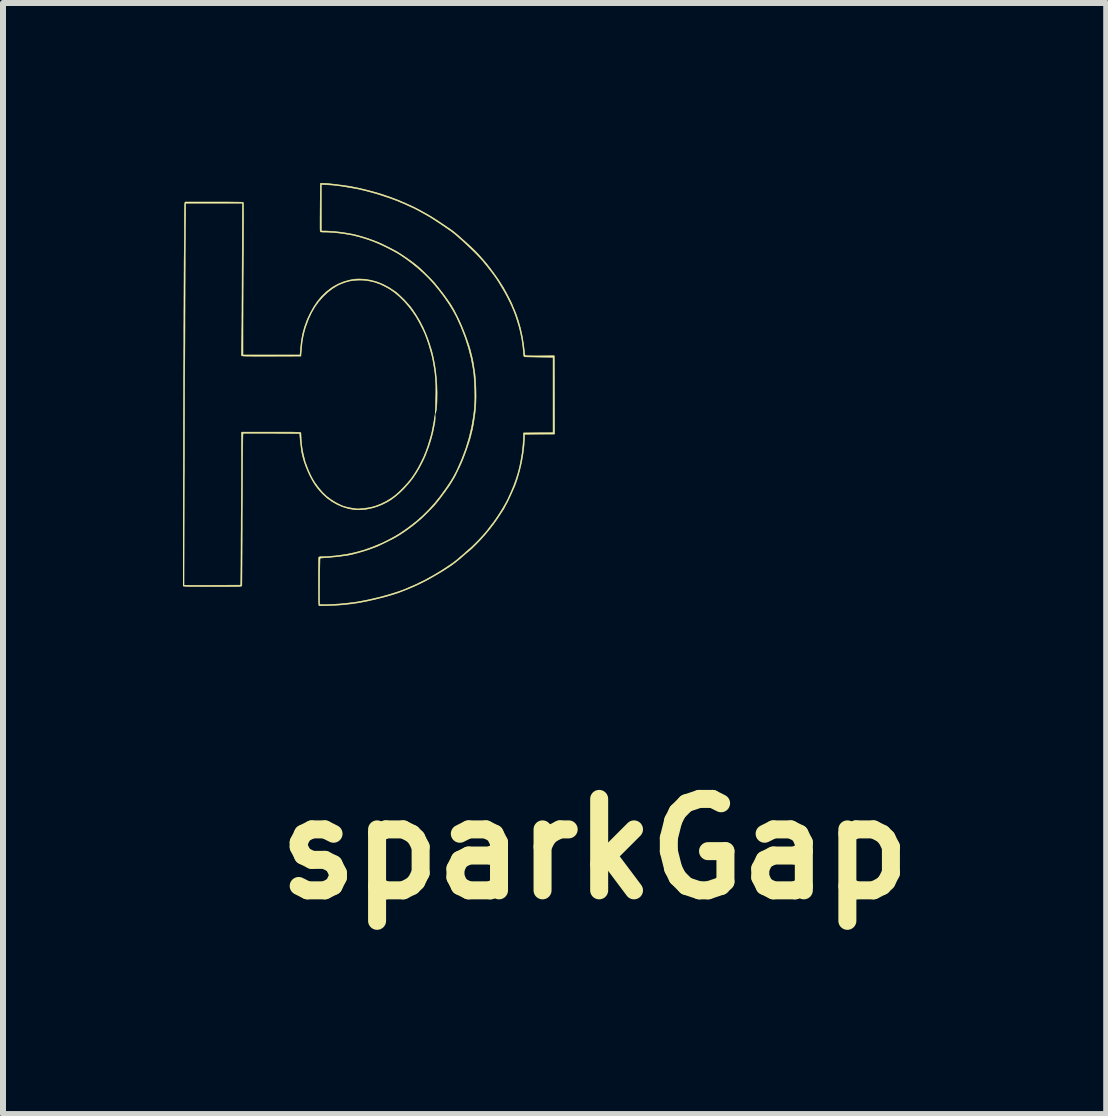
<source format=kicad_pcb>
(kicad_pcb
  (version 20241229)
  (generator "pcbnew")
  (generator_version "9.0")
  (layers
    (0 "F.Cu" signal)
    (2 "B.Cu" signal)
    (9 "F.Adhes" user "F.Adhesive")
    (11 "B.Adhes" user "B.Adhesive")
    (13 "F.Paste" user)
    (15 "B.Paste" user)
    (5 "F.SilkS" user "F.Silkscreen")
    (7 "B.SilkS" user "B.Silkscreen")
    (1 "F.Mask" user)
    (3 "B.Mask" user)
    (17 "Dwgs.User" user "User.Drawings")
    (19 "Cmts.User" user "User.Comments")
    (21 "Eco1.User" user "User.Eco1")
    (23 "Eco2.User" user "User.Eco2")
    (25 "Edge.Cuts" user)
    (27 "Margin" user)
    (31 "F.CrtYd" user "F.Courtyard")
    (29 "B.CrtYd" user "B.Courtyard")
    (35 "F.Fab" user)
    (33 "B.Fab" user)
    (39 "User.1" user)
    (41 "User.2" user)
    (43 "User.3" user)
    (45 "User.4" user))
  (footprint "sparkGap"
    (layer "F.Cu")
    (at 3.053 3.479)
    (property "Reference" "sparkGap" (at 3.81 7.62 0) (layer "F.SilkS") (effects (font (size 1.524 1.524) (thickness 0.3))))
    (attr through_hole)
    (fp_poly (pts (xy -2.539 -3.162) (xy -2.461 -3.162) (xy -2.387 -3.162) (xy -2.317 -3.162) (xy -2.254 -3.161) (xy -2.198 -3.16) (xy -2.149 -3.16) (xy -2.109 -3.159) (xy -2.079 -3.158) (xy -2.059 -3.157) (xy -2.052 -3.157) (xy -2.052 -3.157) (xy -2.05 -3.154) (xy -2.049 -3.149) (xy -2.048 -3.14) (xy -2.048 -3.126) (xy -2.047 -3.108) (xy -2.046 -3.084) (xy -2.046 -3.054) (xy -2.046 -3.018) (xy -2.045 -2.974) (xy -2.045 -2.922) (xy -2.045 -2.862) (xy -2.046 -2.793) (xy -2.046 -2.714) (xy -2.046 -2.626) (xy -2.047 -2.526) (xy -2.047 -2.415) (xy -2.048 -2.293) (xy -2.049 -2.241) (xy -2.049 -2.127) (xy -2.05 -2.011) (xy -2.051 -1.896) (xy -2.051 -1.781) (xy -2.052 -1.669) (xy -2.052 -1.56) (xy -2.053 -1.456) (xy -2.053 -1.357) (xy -2.053 -1.264) (xy -2.054 -1.18) (xy -2.054 -1.104) (xy -2.054 -1.039) (xy -2.054 -0.985) (xy -2.054 -0.972) (xy -2.054 -0.613) (xy -1.102 -0.613) (xy -1.1 -0.635) (xy -1.093 -0.728) (xy -1.084 -0.815) (xy -1.072 -0.893) (xy -1.059 -0.961) (xy -1.045 -1.016) (xy -1.038 -1.039) (xy -1.032 -1.061) (xy -1.029 -1.07) (xy -1.024 -1.088) (xy -1.016 -1.11) (xy -1.013 -1.118) (xy -1.005 -1.141) (xy -0.995 -1.168) (xy -0.99 -1.181) (xy -0.983 -1.2) (xy -0.971 -1.226) (xy -0.956 -1.258) (xy -0.94 -1.291) (xy -0.936 -1.301) (xy -0.877 -1.408) (xy -0.812 -1.505) (xy -0.74 -1.591) (xy -0.662 -1.666) (xy -0.578 -1.73) (xy -0.539 -1.755) (xy -0.456 -1.799) (xy -0.37 -1.834) (xy -0.283 -1.859) (xy -0.198 -1.875) (xy -0.124 -1.879) (xy -0.019 -1.874) (xy 0.082 -1.857) (xy 0.182 -1.829) (xy 0.281 -1.789) (xy 0.379 -1.737) (xy 0.477 -1.673) (xy 0.489 -1.664) (xy 0.521 -1.639) (xy 0.558 -1.605) (xy 0.599 -1.566) (xy 0.641 -1.524) (xy 0.681 -1.48) (xy 0.718 -1.438) (xy 0.75 -1.399) (xy 0.757 -1.39) (xy 0.825 -1.29) (xy 0.89 -1.182) (xy 0.949 -1.068) (xy 0.999 -0.952) (xy 1.014 -0.914) (xy 1.035 -0.857) (xy 1.055 -0.798) (xy 1.073 -0.74) (xy 1.09 -0.686) (xy 1.102 -0.639) (xy 1.106 -0.622) (xy 1.112 -0.598) (xy 1.117 -0.573) (xy 1.118 -0.568) (xy 1.139 -0.464) (xy 1.156 -0.351) (xy 1.169 -0.233) (xy 1.177 -0.112) (xy 1.181 0.007) (xy 1.181 0.031) (xy 1.18 0.114) (xy 1.178 0.185) (xy 1.174 0.245) (xy 1.169 0.293) (xy 1.163 0.329) (xy 1.158 0.344) (xy 1.149 0.371) (xy 1.153 0.333) (xy 1.154 0.318) (xy 1.155 0.291) (xy 1.156 0.256) (xy 1.157 0.213) (xy 1.158 0.165) (xy 1.159 0.114) (xy 1.16 0.083) (xy 1.161 -0.005) (xy 1.161 -0.082) (xy 1.159 -0.152) (xy 1.155 -0.216) (xy 1.15 -0.277) (xy 1.143 -0.337) (xy 1.134 -0.399) (xy 1.127 -0.438) (xy 1.122 -0.47) (xy 1.116 -0.505) (xy 1.111 -0.53) (xy 1.105 -0.564) (xy 1.097 -0.597) (xy 1.087 -0.635) (xy 1.076 -0.673) (xy 1.065 -0.711) (xy 1.057 -0.74) (xy 1.05 -0.765) (xy 1.049 -0.77) (xy 1.043 -0.787) (xy 1.035 -0.813) (xy 1.024 -0.845) (xy 1.012 -0.879) (xy 1 -0.911) (xy 0.989 -0.94) (xy 0.985 -0.953) (xy 0.971 -0.985) (xy 0.952 -1.026) (xy 0.929 -1.072) (xy 0.905 -1.12) (xy 0.88 -1.167) (xy 0.856 -1.209) (xy 0.836 -1.245) (xy 0.775 -1.336) (xy 0.708 -1.424) (xy 0.636 -1.506) (xy 0.561 -1.581) (xy 0.484 -1.647) (xy 0.412 -1.699) (xy 0.39 -1.713) (xy 0.362 -1.729) (xy 0.331 -1.746) (xy 0.3 -1.762) (xy 0.269 -1.778) (xy 0.243 -1.79) (xy 0.223 -1.799) (xy 0.211 -1.803) (xy 0.21 -1.803) (xy 0.197 -1.806) (xy 0.184 -1.812) (xy 0.167 -1.819) (xy 0.14 -1.827) (xy 0.108 -1.835) (xy 0.073 -1.843) (xy 0.038 -1.85) (xy 0.015 -1.854) (xy -0.03 -1.859) (xy -0.08 -1.861) (xy -0.133 -1.861) (xy -0.184 -1.858) (xy -0.23 -1.854) (xy -0.265 -1.848) (xy -0.306 -1.838) (xy -0.338 -1.829) (xy -0.365 -1.82) (xy -0.384 -1.813) (xy -0.404 -1.805) (xy -0.425 -1.797) (xy -0.425 -1.797) (xy -0.444 -1.789) (xy -0.467 -1.778) (xy -0.483 -1.77) (xy -0.567 -1.718) (xy -0.648 -1.655) (xy -0.724 -1.582) (xy -0.795 -1.501) (xy -0.858 -1.412) (xy -0.913 -1.318) (xy -0.96 -1.218) (xy -0.977 -1.172) (xy -0.987 -1.144) (xy -0.997 -1.118) (xy -1.004 -1.098) (xy -1.006 -1.092) (xy -1.015 -1.068) (xy -1.024 -1.034) (xy -1.035 -0.995) (xy -1.045 -0.953) (xy -1.054 -0.911) (xy -1.061 -0.873) (xy -1.066 -0.842) (xy -1.067 -0.838) (xy -1.07 -0.808) (xy -1.074 -0.77) (xy -1.078 -0.729) (xy -1.081 -0.689) (xy -1.082 -0.686) (xy -1.089 -0.594) (xy -1.568 -0.593) (xy -1.657 -0.593) (xy -1.738 -0.593) (xy -1.813 -0.593) (xy -1.878 -0.593) (xy -1.936 -0.594) (xy -1.983 -0.594) (xy -2.02 -0.595) (xy -2.046 -0.596) (xy -2.06 -0.597) (xy -2.063 -0.598) (xy -2.078 -0.604) (xy -2.074 -0.878) (xy -2.074 -0.916) (xy -2.073 -0.966) (xy -2.073 -1.027) (xy -2.072 -1.098) (xy -2.071 -1.178) (xy -2.071 -1.265) (xy -2.07 -1.36) (xy -2.07 -1.46) (xy -2.069 -1.566) (xy -2.068 -1.676) (xy -2.068 -1.789) (xy -2.067 -1.904) (xy -2.067 -2.02) (xy -2.066 -2.137) (xy -2.066 -2.148) (xy -2.062 -3.143) (xy -3.01 -3.143) (xy -3.01 -2.986) (xy -3.01 -2.939) (xy -3.011 -2.894) (xy -3.011 -2.852) (xy -3.012 -2.816) (xy -3.013 -2.789) (xy -3.013 -2.778) (xy -3.013 -2.766) (xy -3.014 -2.743) (xy -3.014 -2.708) (xy -3.014 -2.662) (xy -3.015 -2.606) (xy -3.015 -2.541) (xy -3.016 -2.468) (xy -3.016 -2.386) (xy -3.017 -2.297) (xy -3.017 -2.202) (xy -3.017 -2.101) (xy -3.018 -1.995) (xy -3.018 -1.884) (xy -3.019 -1.77) (xy -3.019 -1.652) (xy -3.019 -1.622) (xy -3.02 -1.503) (xy -3.02 -1.385) (xy -3.021 -1.271) (xy -3.021 -1.16) (xy -3.021 -1.053) (xy -3.022 -0.951) (xy -3.022 -0.856) (xy -3.023 -0.767) (xy -3.023 -0.685) (xy -3.024 -0.612) (xy -3.024 -0.547) (xy -3.025 -0.492) (xy -3.025 -0.448) (xy -3.025 -0.414) (xy -3.026 -0.392) (xy -3.026 -0.391) (xy -3.026 -0.373) (xy -3.026 -0.344) (xy -3.026 -0.303) (xy -3.027 -0.251) (xy -3.027 -0.189) (xy -3.027 -0.116) (xy -3.028 -0.035) (xy -3.028 0.056) (xy -3.029 0.154) (xy -3.029 0.26) (xy -3.029 0.373) (xy -3.03 0.493) (xy -3.03 0.619) (xy -3.031 0.75) (xy -3.031 0.886) (xy -3.031 1.026) (xy -3.032 1.169) (xy -3.032 1.316) (xy -3.033 1.466) (xy -3.033 1.481) (xy -3.037 3.226) (xy -2.876 3.227) (xy -2.834 3.227) (xy -2.785 3.227) (xy -2.731 3.227) (xy -2.672 3.227) (xy -2.61 3.227) (xy -2.547 3.226) (xy -2.483 3.226) (xy -2.42 3.226) (xy -2.358 3.226) (xy -2.3 3.225) (xy -2.247 3.225) (xy -2.199 3.225) (xy -2.159 3.224) (xy -2.127 3.224) (xy -2.104 3.224) (xy -2.092 3.223) (xy -2.091 3.223) (xy -2.091 3.217) (xy -2.09 3.199) (xy -2.09 3.169) (xy -2.089 3.13) (xy -2.089 3.082) (xy -2.088 3.026) (xy -2.088 2.963) (xy -2.087 2.894) (xy -2.087 2.819) (xy -2.086 2.739) (xy -2.086 2.676) (xy -2.085 2.581) (xy -2.085 2.48) (xy -2.084 2.375) (xy -2.083 2.269) (xy -2.083 2.163) (xy -2.082 2.059) (xy -2.081 1.961) (xy -2.081 1.869) (xy -2.08 1.785) (xy -2.08 1.724) (xy -2.079 1.641) (xy -2.078 1.551) (xy -2.078 1.457) (xy -2.078 1.363) (xy -2.077 1.27) (xy -2.077 1.18) (xy -2.077 1.098) (xy -2.077 1.024) (xy -2.077 0.995) (xy -2.076 0.673) (xy -1.589 0.673) (xy -1.493 0.673) (xy -1.409 0.673) (xy -1.337 0.674) (xy -1.276 0.674) (xy -1.225 0.674) (xy -1.183 0.675) (xy -1.15 0.676) (xy -1.125 0.677) (xy -1.108 0.678) (xy -1.097 0.679) (xy -1.093 0.681) (xy -1.089 0.691) (xy -1.087 0.713) (xy -1.086 0.742) (xy -1.083 0.808) (xy -1.077 0.88) (xy -1.066 0.955) (xy -1.052 1.028) (xy -1.04 1.079) (xy -1.032 1.11) (xy -1.025 1.137) (xy -1.02 1.158) (xy -1.018 1.168) (xy -1.013 1.183) (xy -1.01 1.191) (xy -1.005 1.2) (xy -0.999 1.217) (xy -0.991 1.238) (xy -0.971 1.293) (xy -0.946 1.35) (xy -0.919 1.407) (xy -0.89 1.46) (xy -0.862 1.507) (xy -0.841 1.537) (xy -0.827 1.556) (xy -0.808 1.58) (xy -0.789 1.606) (xy -0.786 1.61) (xy -0.729 1.677) (xy -0.662 1.741) (xy -0.586 1.799) (xy -0.505 1.849) (xy -0.422 1.891) (xy -0.391 1.904) (xy -0.353 1.916) (xy -0.307 1.927) (xy -0.254 1.938) (xy -0.199 1.947) (xy -0.156 1.952) (xy -0.137 1.952) (xy -0.108 1.951) (xy -0.074 1.948) (xy -0.035 1.944) (xy 0.004 1.939) (xy 0.04 1.934) (xy 0.071 1.928) (xy 0.079 1.927) (xy 0.161 1.904) (xy 0.246 1.871) (xy 0.331 1.829) (xy 0.413 1.779) (xy 0.473 1.736) (xy 0.493 1.72) (xy 0.519 1.697) (xy 0.549 1.669) (xy 0.579 1.64) (xy 0.595 1.624) (xy 0.649 1.568) (xy 0.696 1.516) (xy 0.738 1.466) (xy 0.776 1.414) (xy 0.813 1.359) (xy 0.851 1.296) (xy 0.857 1.286) (xy 0.871 1.262) (xy 0.887 1.232) (xy 0.904 1.198) (xy 0.922 1.163) (xy 0.939 1.128) (xy 0.954 1.097) (xy 0.966 1.07) (xy 0.973 1.052) (xy 0.975 1.048) (xy 0.98 1.033) (xy 0.984 1.026) (xy 0.99 1.014) (xy 0.992 1.006) (xy 0.996 0.995) (xy 1.003 0.975) (xy 1.012 0.95) (xy 1.016 0.94) (xy 1.025 0.914) (xy 1.036 0.88) (xy 1.048 0.841) (xy 1.06 0.8) (xy 1.072 0.761) (xy 1.082 0.726) (xy 1.089 0.698) (xy 1.092 0.686) (xy 1.097 0.665) (xy 1.103 0.634) (xy 1.11 0.597) (xy 1.118 0.557) (xy 1.126 0.516) (xy 1.128 0.505) (xy 1.133 0.474) (xy 1.139 0.443) (xy 1.142 0.417) (xy 1.143 0.416) (xy 1.148 0.378) (xy 1.149 0.43) (xy 1.148 0.459) (xy 1.146 0.488) (xy 1.144 0.511) (xy 1.143 0.512) (xy 1.14 0.531) (xy 1.134 0.559) (xy 1.128 0.59) (xy 1.123 0.616) (xy 1.113 0.665) (xy 1.099 0.721) (xy 1.083 0.781) (xy 1.065 0.84) (xy 1.048 0.894) (xy 1.042 0.911) (xy 1.023 0.962) (xy 1.008 1.003) (xy 0.995 1.036) (xy 0.984 1.066) (xy 0.972 1.092) (xy 0.96 1.12) (xy 0.945 1.15) (xy 0.944 1.153) (xy 0.889 1.259) (xy 0.833 1.354) (xy 0.774 1.442) (xy 0.709 1.524) (xy 0.638 1.603) (xy 0.614 1.628) (xy 0.547 1.692) (xy 0.483 1.746) (xy 0.42 1.793) (xy 0.354 1.834) (xy 0.283 1.87) (xy 0.273 1.875) (xy 0.183 1.912) (xy 0.09 1.939) (xy -0.003 1.958) (xy -0.095 1.966) (xy -0.182 1.965) (xy -0.203 1.963) (xy -0.297 1.946) (xy -0.391 1.917) (xy -0.482 1.878) (xy -0.569 1.829) (xy -0.65 1.771) (xy -0.715 1.712) (xy -0.768 1.656) (xy -0.814 1.601) (xy -0.855 1.544) (xy -0.893 1.482) (xy -0.931 1.411) (xy -0.933 1.407) (xy -0.971 1.326) (xy -1.006 1.242) (xy -1.035 1.159) (xy -1.058 1.079) (xy -1.074 1.007) (xy -1.078 0.982) (xy -1.082 0.948) (xy -1.087 0.91) (xy -1.092 0.869) (xy -1.097 0.829) (xy -1.1 0.792) (xy -1.103 0.761) (xy -1.105 0.738) (xy -1.105 0.732) (xy -1.106 0.713) (xy -1.108 0.7) (xy -1.11 0.696) (xy -1.117 0.696) (xy -1.135 0.695) (xy -1.164 0.695) (xy -1.202 0.694) (xy -1.248 0.694) (xy -1.3 0.693) (xy -1.357 0.693) (xy -1.419 0.692) (xy -1.484 0.692) (xy -1.551 0.691) (xy -1.618 0.691) (xy -1.684 0.691) (xy -1.749 0.691) (xy -1.81 0.691) (xy -1.868 0.691) (xy -1.919 0.691) (xy -1.964 0.691) (xy -2.002 0.691) (xy -2.03 0.691) (xy -2.047 0.692) (xy -2.053 0.692) (xy -2.054 0.7) (xy -2.055 0.72) (xy -2.056 0.752) (xy -2.057 0.797) (xy -2.058 0.855) (xy -2.059 0.925) (xy -2.06 1.008) (xy -2.061 1.104) (xy -2.062 1.211) (xy -2.062 1.331) (xy -2.063 1.464) (xy -2.064 1.609) (xy -2.065 1.766) (xy -2.066 1.935) (xy -2.067 2.117) (xy -2.067 2.283) (xy -2.068 2.391) (xy -2.068 2.496) (xy -2.069 2.597) (xy -2.069 2.693) (xy -2.07 2.784) (xy -2.07 2.868) (xy -2.071 2.946) (xy -2.071 3.015) (xy -2.072 3.077) (xy -2.072 3.129) (xy -2.073 3.172) (xy -2.073 3.204) (xy -2.074 3.225) (xy -2.074 3.233) (xy -2.074 3.234) (xy -2.075 3.236) (xy -2.078 3.238) (xy -2.083 3.239) (xy -2.092 3.24) (xy -2.104 3.242) (xy -2.122 3.242) (xy -2.145 3.243) (xy -2.175 3.244) (xy -2.213 3.244) (xy -2.259 3.244) (xy -2.313 3.245) (xy -2.378 3.245) (xy -2.454 3.245) (xy -2.542 3.245) (xy -2.563 3.245) (xy -2.656 3.245) (xy -2.738 3.245) (xy -2.808 3.244) (xy -2.867 3.244) (xy -2.917 3.244) (xy -2.958 3.243) (xy -2.99 3.242) (xy -3.014 3.241) (xy -3.031 3.24) (xy -3.042 3.239) (xy -3.048 3.238) (xy -3.048 3.237) (xy -3.048 3.228) (xy -3.048 3.207) (xy -3.048 3.175) (xy -3.048 3.133) (xy -3.048 3.081) (xy -3.048 3.019) (xy -3.048 2.949) (xy -3.048 2.871) (xy -3.048 2.787) (xy -3.048 2.696) (xy -3.048 2.6) (xy -3.048 2.498) (xy -3.048 2.393) (xy -3.048 2.284) (xy -3.048 2.173) (xy -3.047 2.059) (xy -3.047 1.945) (xy -3.047 1.829) (xy -3.047 1.714) (xy -3.047 1.6) (xy -3.047 1.488) (xy -3.046 1.377) (xy -3.046 1.27) (xy -3.046 1.167) (xy -3.046 1.068) (xy -3.046 0.974) (xy -3.046 0.886) (xy -3.046 0.805) (xy -3.045 0.731) (xy -3.045 0.665) (xy -3.045 0.607) (xy -3.045 0.56) (xy -3.045 0.522) (xy -3.045 0.495) (xy -3.045 0.483) (xy -3.044 0.459) (xy -3.044 0.424) (xy -3.044 0.377) (xy -3.044 0.32) (xy -3.043 0.253) (xy -3.043 0.177) (xy -3.043 0.092) (xy -3.042 -0.000028) (xy -3.042 -0.099) (xy -3.042 -0.205) (xy -3.041 -0.317) (xy -3.041 -0.433) (xy -3.04 -0.553) (xy -3.04 -0.677) (xy -3.039 -0.804) (xy -3.039 -0.933) (xy -3.039 -0.965) (xy -3.039 -1.093) (xy -3.038 -1.217) (xy -3.038 -1.338) (xy -3.037 -1.455) (xy -3.037 -1.567) (xy -3.036 -1.674) (xy -3.036 -1.774) (xy -3.035 -1.868) (xy -3.035 -1.955) (xy -3.034 -2.033) (xy -3.034 -2.103) (xy -3.034 -2.164) (xy -3.033 -2.215) (xy -3.033 -2.255) (xy -3.032 -2.284) (xy -3.032 -2.302) (xy -3.032 -2.305) (xy -3.032 -2.322) (xy -3.031 -2.351) (xy -3.031 -2.39) (xy -3.03 -2.437) (xy -3.03 -2.492) (xy -3.029 -2.553) (xy -3.029 -2.618) (xy -3.029 -2.687) (xy -3.029 -2.748) (xy -3.029 -2.824) (xy -3.028 -2.894) (xy -3.028 -2.958) (xy -3.027 -3.014) (xy -3.026 -3.061) (xy -3.025 -3.099) (xy -3.024 -3.126) (xy -3.023 -3.143) (xy -3.023 -3.146) (xy -3.017 -3.162) (xy -2.539 -3.162)) (stroke (width 0.01) (type solid)) (fill yes) (layer "F.SilkS"))
    (fp_poly (pts (xy -0.715 -3.473) (xy -0.685 -3.472) (xy -0.652 -3.47) (xy -0.618 -3.467) (xy -0.588 -3.464) (xy -0.501 -3.454) (xy -0.425 -3.444) (xy -0.357 -3.435) (xy -0.294 -3.426) (xy -0.234 -3.415) (xy -0.176 -3.404) (xy -0.116 -3.391) (xy -0.053 -3.376) (xy 0.016 -3.359) (xy 0.093 -3.339) (xy 0.168 -3.318) (xy 0.204 -3.308) (xy 0.248 -3.294) (xy 0.297 -3.278) (xy 0.349 -3.26) (xy 0.402 -3.242) (xy 0.452 -3.223) (xy 0.498 -3.206) (xy 0.537 -3.191) (xy 0.567 -3.178) (xy 0.573 -3.176) (xy 0.594 -3.166) (xy 0.61 -3.159) (xy 0.618 -3.156) (xy 0.619 -3.156) (xy 0.626 -3.153) (xy 0.642 -3.147) (xy 0.663 -3.137) (xy 0.669 -3.134) (xy 0.697 -3.121) (xy 0.731 -3.106) (xy 0.763 -3.091) (xy 0.768 -3.089) (xy 0.798 -3.075) (xy 0.837 -3.055) (xy 0.882 -3.031) (xy 0.932 -3.004) (xy 0.985 -2.975) (xy 1.038 -2.945) (xy 1.056 -2.934) (xy 1.078 -2.921) (xy 1.108 -2.902) (xy 1.145 -2.879) (xy 1.187 -2.852) (xy 1.231 -2.822) (xy 1.276 -2.792) (xy 1.32 -2.763) (xy 1.361 -2.735) (xy 1.398 -2.71) (xy 1.427 -2.689) (xy 1.432 -2.686) (xy 1.445 -2.676) (xy 1.458 -2.666) (xy 1.472 -2.655) (xy 1.488 -2.642) (xy 1.507 -2.626) (xy 1.53 -2.606) (xy 1.559 -2.581) (xy 1.594 -2.549) (xy 1.638 -2.511) (xy 1.654 -2.496) (xy 1.713 -2.443) (xy 1.764 -2.395) (xy 1.811 -2.35) (xy 1.856 -2.304) (xy 1.9 -2.255) (xy 1.947 -2.202) (xy 1.999 -2.141) (xy 2.023 -2.111) (xy 2.052 -2.074) (xy 2.084 -2.031) (xy 2.118 -1.986) (xy 2.15 -1.941) (xy 2.18 -1.899) (xy 2.205 -1.863) (xy 2.211 -1.853) (xy 2.236 -1.814) (xy 2.258 -1.78) (xy 2.276 -1.751) (xy 2.29 -1.729) (xy 2.297 -1.716) (xy 2.299 -1.712) (xy 2.302 -1.706) (xy 2.31 -1.691) (xy 2.321 -1.671) (xy 2.328 -1.66) (xy 2.338 -1.641) (xy 2.352 -1.616) (xy 2.367 -1.586) (xy 2.383 -1.555) (xy 2.399 -1.523) (xy 2.414 -1.493) (xy 2.426 -1.468) (xy 2.434 -1.449) (xy 2.438 -1.439) (xy 2.438 -1.438) (xy 2.441 -1.431) (xy 2.447 -1.415) (xy 2.454 -1.4) (xy 2.497 -1.296) (xy 2.535 -1.184) (xy 2.569 -1.064) (xy 2.597 -0.939) (xy 2.619 -0.812) (xy 2.635 -0.685) (xy 2.635 -0.677) (xy 2.639 -0.644) (xy 2.643 -0.62) (xy 2.647 -0.605) (xy 2.65 -0.602) (xy 2.657 -0.601) (xy 2.677 -0.6) (xy 2.706 -0.599) (xy 2.743 -0.599) (xy 2.787 -0.598) (xy 2.837 -0.598) (xy 2.891 -0.598) (xy 2.896 -0.598) (xy 3.134 -0.6) (xy 3.136 0.052) (xy 3.138 0.705) (xy 2.888 0.706) (xy 2.638 0.708) (xy 2.637 0.765) (xy 2.63 0.897) (xy 2.613 1.034) (xy 2.589 1.174) (xy 2.556 1.314) (xy 2.517 1.451) (xy 2.489 1.534) (xy 2.477 1.565) (xy 2.46 1.605) (xy 2.44 1.65) (xy 2.418 1.699) (xy 2.396 1.747) (xy 2.374 1.793) (xy 2.355 1.834) (xy 2.338 1.865) (xy 2.336 1.869) (xy 2.322 1.895) (xy 2.31 1.917) (xy 2.302 1.933) (xy 2.299 1.94) (xy 2.299 1.94) (xy 2.295 1.947) (xy 2.288 1.96) (xy 2.287 1.961) (xy 2.279 1.972) (xy 2.266 1.992) (xy 2.249 2.017) (xy 2.231 2.045) (xy 2.227 2.051) (xy 2.196 2.098) (xy 2.169 2.138) (xy 2.144 2.173) (xy 2.12 2.206) (xy 2.095 2.238) (xy 2.068 2.274) (xy 2.035 2.314) (xy 1.998 2.359) (xy 1.973 2.389) (xy 1.942 2.423) (xy 1.909 2.46) (xy 1.874 2.497) (xy 1.839 2.533) (xy 1.805 2.567) (xy 1.775 2.597) (xy 1.75 2.62) (xy 1.732 2.636) (xy 1.73 2.638) (xy 1.715 2.649) (xy 1.694 2.667) (xy 1.668 2.689) (xy 1.641 2.713) (xy 1.631 2.721) (xy 1.577 2.768) (xy 1.527 2.81) (xy 1.481 2.846) (xy 1.435 2.881) (xy 1.386 2.915) (xy 1.333 2.949) (xy 1.274 2.987) (xy 1.224 3.017) (xy 1.132 3.071) (xy 1.046 3.12) (xy 0.962 3.165) (xy 0.878 3.206) (xy 0.791 3.246) (xy 0.699 3.285) (xy 0.598 3.325) (xy 0.543 3.346) (xy 0.523 3.353) (xy 0.494 3.363) (xy 0.458 3.374) (xy 0.419 3.386) (xy 0.379 3.398) (xy 0.341 3.409) (xy 0.308 3.418) (xy 0.305 3.419) (xy 0.154 3.457) (xy 0.012 3.489) (xy -0.123 3.515) (xy -0.252 3.534) (xy -0.379 3.548) (xy -0.479 3.556) (xy -0.525 3.558) (xy -0.573 3.56) (xy -0.619 3.562) (xy -0.664 3.564) (xy -0.704 3.565) (xy -0.738 3.565) (xy -0.765 3.565) (xy -0.782 3.564) (xy -0.786 3.564) (xy -0.788 3.56) (xy -0.789 3.549) (xy -0.791 3.53) (xy -0.791 3.503) (xy -0.792 3.467) (xy -0.793 3.421) (xy -0.793 3.415) (xy -0.779 3.415) (xy -0.779 3.459) (xy -0.779 3.495) (xy -0.779 3.522) (xy -0.778 3.539) (xy -0.777 3.544) (xy -0.77 3.546) (xy -0.751 3.548) (xy -0.723 3.549) (xy -0.687 3.549) (xy -0.646 3.548) (xy -0.6 3.546) (xy -0.552 3.544) (xy -0.503 3.541) (xy -0.456 3.538) (xy -0.41 3.534) (xy -0.41 3.534) (xy -0.331 3.526) (xy -0.26 3.518) (xy -0.194 3.51) (xy -0.13 3.5) (xy -0.065 3.488) (xy 0.002 3.475) (xy 0.075 3.459) (xy 0.156 3.44) (xy 0.21 3.428) (xy 0.263 3.414) (xy 0.321 3.398) (xy 0.382 3.381) (xy 0.443 3.362) (xy 0.503 3.343) (xy 0.56 3.324) (xy 0.61 3.306) (xy 0.653 3.289) (xy 0.683 3.277) (xy 0.693 3.272) (xy 0.712 3.263) (xy 0.738 3.252) (xy 0.769 3.239) (xy 0.778 3.235) (xy 0.809 3.222) (xy 0.836 3.209) (xy 0.858 3.199) (xy 0.871 3.193) (xy 0.873 3.191) (xy 0.885 3.185) (xy 0.905 3.175) (xy 0.927 3.165) (xy 0.954 3.152) (xy 0.982 3.138) (xy 1 3.128) (xy 1.022 3.116) (xy 1.05 3.1) (xy 1.076 3.086) (xy 1.12 3.062) (xy 1.169 3.033) (xy 1.22 3.002) (xy 1.273 2.969) (xy 1.325 2.935) (xy 1.376 2.901) (xy 1.422 2.87) (xy 1.462 2.841) (xy 1.495 2.816) (xy 1.519 2.796) (xy 1.521 2.795) (xy 1.542 2.776) (xy 1.565 2.756) (xy 1.575 2.748) (xy 1.594 2.733) (xy 1.612 2.717) (xy 1.62 2.711) (xy 1.629 2.702) (xy 1.647 2.686) (xy 1.67 2.665) (xy 1.698 2.641) (xy 1.728 2.615) (xy 1.729 2.614) (xy 1.768 2.579) (xy 1.811 2.537) (xy 1.856 2.492) (xy 1.902 2.444) (xy 1.946 2.396) (xy 1.987 2.349) (xy 2.022 2.307) (xy 2.05 2.27) (xy 2.057 2.261) (xy 2.069 2.244) (xy 2.086 2.223) (xy 2.103 2.201) (xy 2.104 2.2) (xy 2.133 2.162) (xy 2.166 2.114) (xy 2.202 2.061) (xy 2.239 2.003) (xy 2.275 1.945) (xy 2.308 1.888) (xy 2.338 1.835) (xy 2.362 1.788) (xy 2.367 1.777) (xy 2.418 1.664) (xy 2.462 1.558) (xy 2.498 1.458) (xy 2.529 1.361) (xy 2.554 1.266) (xy 2.574 1.169) (xy 2.584 1.111) (xy 2.589 1.082) (xy 2.594 1.054) (xy 2.598 1.032) (xy 2.601 1.011) (xy 2.605 0.981) (xy 2.608 0.944) (xy 2.612 0.902) (xy 2.616 0.859) (xy 2.619 0.816) (xy 2.621 0.778) (xy 2.622 0.747) (xy 2.623 0.732) (xy 2.623 0.686) (xy 2.869 0.684) (xy 3.115 0.683) (xy 3.115 -0.575) (xy 2.875 -0.578) (xy 2.822 -0.579) (xy 2.772 -0.58) (xy 2.727 -0.581) (xy 2.69 -0.582) (xy 2.66 -0.583) (xy 2.641 -0.584) (xy 2.632 -0.585) (xy 2.632 -0.585) (xy 2.629 -0.594) (xy 2.626 -0.61) (xy 2.625 -0.614) (xy 2.624 -0.63) (xy 2.622 -0.655) (xy 2.619 -0.686) (xy 2.616 -0.714) (xy 2.609 -0.775) (xy 2.601 -0.835) (xy 2.592 -0.89) (xy 2.585 -0.924) (xy 2.58 -0.945) (xy 2.575 -0.971) (xy 2.572 -0.987) (xy 2.564 -1.02) (xy 2.554 -1.062) (xy 2.541 -1.109) (xy 2.526 -1.158) (xy 2.511 -1.207) (xy 2.496 -1.252) (xy 2.483 -1.289) (xy 2.482 -1.292) (xy 2.452 -1.369) (xy 2.421 -1.441) (xy 2.387 -1.512) (xy 2.351 -1.583) (xy 2.311 -1.657) (xy 2.264 -1.737) (xy 2.213 -1.822) (xy 2.18 -1.873) (xy 2.139 -1.932) (xy 2.092 -1.995) (xy 2.039 -2.063) (xy 1.984 -2.132) (xy 1.943 -2.182) (xy 1.912 -2.217) (xy 1.873 -2.259) (xy 1.829 -2.305) (xy 1.779 -2.354) (xy 1.727 -2.404) (xy 1.673 -2.455) (xy 1.619 -2.505) (xy 1.567 -2.552) (xy 1.518 -2.595) (xy 1.474 -2.632) (xy 1.436 -2.663) (xy 1.419 -2.675) (xy 1.396 -2.691) (xy 1.366 -2.712) (xy 1.331 -2.736) (xy 1.291 -2.763) (xy 1.25 -2.791) (xy 1.208 -2.819) (xy 1.168 -2.845) (xy 1.131 -2.87) (xy 1.098 -2.89) (xy 1.073 -2.907) (xy 1.056 -2.917) (xy 1.054 -2.918) (xy 0.986 -2.957) (xy 0.925 -2.991) (xy 0.873 -3.02) (xy 0.829 -3.043) (xy 0.795 -3.06) (xy 0.772 -3.071) (xy 0.75 -3.08) (xy 0.723 -3.092) (xy 0.695 -3.105) (xy 0.691 -3.107) (xy 0.662 -3.121) (xy 0.63 -3.135) (xy 0.604 -3.146) (xy 0.602 -3.147) (xy 0.576 -3.157) (xy 0.551 -3.168) (xy 0.535 -3.175) (xy 0.518 -3.183) (xy 0.507 -3.187) (xy 0.504 -3.188) (xy 0.496 -3.19) (xy 0.482 -3.196) (xy 0.48 -3.197) (xy 0.458 -3.205) (xy 0.426 -3.217) (xy 0.386 -3.231) (xy 0.341 -3.246) (xy 0.293 -3.262) (xy 0.244 -3.278) (xy 0.197 -3.293) (xy 0.154 -3.306) (xy 0.117 -3.316) (xy 0.114 -3.317) (xy 0.09 -3.324) (xy 0.06 -3.332) (xy 0.032 -3.339) (xy 0.001 -3.348) (xy -0.034 -3.356) (xy -0.071 -3.365) (xy -0.106 -3.373) (xy -0.136 -3.38) (xy -0.159 -3.385) (xy -0.168 -3.387) (xy -0.187 -3.39) (xy -0.214 -3.394) (xy -0.248 -3.4) (xy -0.285 -3.406) (xy -0.323 -3.413) (xy -0.357 -3.419) (xy -0.359 -3.419) (xy -0.395 -3.425) (xy -0.437 -3.431) (xy -0.487 -3.437) (xy -0.548 -3.444) (xy -0.556 -3.445) (xy -0.575 -3.446) (xy -0.602 -3.448) (xy -0.635 -3.45) (xy -0.668 -3.452) (xy -0.749 -3.456) (xy -0.749 -2.68) (xy -0.729 -2.679) (xy -0.66 -2.678) (xy -0.586 -2.673) (xy -0.511 -2.668) (xy -0.439 -2.66) (xy -0.373 -2.651) (xy -0.33 -2.644) (xy -0.301 -2.639) (xy -0.271 -2.634) (xy -0.248 -2.629) (xy -0.244 -2.629) (xy -0.189 -2.617) (xy -0.125 -2.6) (xy -0.055 -2.58) (xy 0.018 -2.557) (xy 0.091 -2.531) (xy 0.161 -2.505) (xy 0.2 -2.489) (xy 0.23 -2.476) (xy 0.267 -2.459) (xy 0.309 -2.439) (xy 0.353 -2.417) (xy 0.397 -2.395) (xy 0.439 -2.373) (xy 0.477 -2.353) (xy 0.507 -2.337) (xy 0.527 -2.325) (xy 0.62 -2.265) (xy 0.704 -2.207) (xy 0.781 -2.151) (xy 0.852 -2.095) (xy 0.857 -2.09) (xy 0.883 -2.068) (xy 0.915 -2.038) (xy 0.951 -2.004) (xy 0.989 -1.967) (xy 1.028 -1.928) (xy 1.066 -1.89) (xy 1.1 -1.854) (xy 1.129 -1.823) (xy 1.15 -1.799) (xy 1.152 -1.797) (xy 1.168 -1.776) (xy 1.183 -1.758) (xy 1.198 -1.739) (xy 1.214 -1.719) (xy 1.233 -1.695) (xy 1.256 -1.665) (xy 1.285 -1.628) (xy 1.296 -1.613) (xy 1.312 -1.591) (xy 1.331 -1.565) (xy 1.351 -1.536) (xy 1.372 -1.507) (xy 1.391 -1.479) (xy 1.408 -1.454) (xy 1.42 -1.435) (xy 1.427 -1.423) (xy 1.429 -1.42) (xy 1.432 -1.413) (xy 1.44 -1.399) (xy 1.45 -1.383) (xy 1.459 -1.368) (xy 1.472 -1.344) (xy 1.487 -1.313) (xy 1.505 -1.279) (xy 1.523 -1.243) (xy 1.54 -1.209) (xy 1.554 -1.178) (xy 1.565 -1.154) (xy 1.569 -1.146) (xy 1.574 -1.133) (xy 1.583 -1.114) (xy 1.587 -1.105) (xy 1.613 -1.041) (xy 1.64 -0.973) (xy 1.666 -0.904) (xy 1.69 -0.835) (xy 1.712 -0.77) (xy 1.73 -0.711) (xy 1.74 -0.673) (xy 1.754 -0.616) (xy 1.766 -0.568) (xy 1.775 -0.527) (xy 1.782 -0.491) (xy 1.788 -0.456) (xy 1.79 -0.438) (xy 1.795 -0.408) (xy 1.8 -0.376) (xy 1.804 -0.352) (xy 1.812 -0.296) (xy 1.818 -0.23) (xy 1.823 -0.156) (xy 1.827 -0.078) (xy 1.829 0.002) (xy 1.83 0.081) (xy 1.828 0.157) (xy 1.825 0.226) (xy 1.822 0.267) (xy 1.818 0.313) (xy 1.812 0.365) (xy 1.804 0.42) (xy 1.796 0.475) (xy 1.788 0.528) (xy 1.779 0.576) (xy 1.771 0.617) (xy 1.764 0.649) (xy 1.762 0.654) (xy 1.756 0.678) (xy 1.749 0.705) (xy 1.747 0.718) (xy 1.738 0.752) (xy 1.725 0.797) (xy 1.709 0.848) (xy 1.691 0.904) (xy 1.671 0.962) (xy 1.65 1.02) (xy 1.629 1.076) (xy 1.61 1.126) (xy 1.592 1.169) (xy 1.591 1.172) (xy 1.577 1.202) (xy 1.561 1.238) (xy 1.542 1.277) (xy 1.523 1.317) (xy 1.505 1.354) (xy 1.49 1.386) (xy 1.478 1.409) (xy 1.477 1.41) (xy 1.467 1.429) (xy 1.452 1.454) (xy 1.435 1.482) (xy 1.417 1.512) (xy 1.399 1.54) (xy 1.383 1.566) (xy 1.37 1.585) (xy 1.361 1.598) (xy 1.359 1.6) (xy 1.353 1.607) (xy 1.343 1.621) (xy 1.334 1.635) (xy 1.321 1.654) (xy 1.302 1.68) (xy 1.278 1.711) (xy 1.253 1.745) (xy 1.227 1.779) (xy 1.202 1.811) (xy 1.18 1.839) (xy 1.166 1.857) (xy 1.144 1.883) (xy 1.114 1.915) (xy 1.08 1.951) (xy 1.042 1.99) (xy 1.003 2.029) (xy 0.965 2.067) (xy 0.929 2.101) (xy 0.908 2.12) (xy 0.846 2.173) (xy 0.777 2.229) (xy 0.703 2.284) (xy 0.628 2.337) (xy 0.556 2.385) (xy 0.498 2.419) (xy 0.477 2.431) (xy 0.448 2.447) (xy 0.414 2.464) (xy 0.376 2.483) (xy 0.337 2.503) (xy 0.298 2.522) (xy 0.26 2.54) (xy 0.227 2.556) (xy 0.198 2.57) (xy 0.177 2.579) (xy 0.165 2.584) (xy 0.162 2.584) (xy 0.155 2.587) (xy 0.142 2.592) (xy 0.09 2.611) (xy 0.032 2.632) (xy -0.03 2.652) (xy -0.094 2.671) (xy -0.157 2.689) (xy -0.215 2.704) (xy -0.268 2.716) (xy -0.311 2.725) (xy -0.311 2.725) (xy -0.371 2.733) (xy -0.438 2.742) (xy -0.51 2.75) (xy -0.581 2.757) (xy -0.647 2.763) (xy -0.699 2.766) (xy -0.726 2.768) (xy -0.749 2.77) (xy -0.765 2.773) (xy -0.769 2.774) (xy -0.77 2.781) (xy -0.771 2.8) (xy -0.772 2.828) (xy -0.773 2.865) (xy -0.774 2.909) (xy -0.775 2.96) (xy -0.776 3.015) (xy -0.777 3.073) (xy -0.777 3.133) (xy -0.778 3.194) (xy -0.778 3.254) (xy -0.779 3.312) (xy -0.779 3.366) (xy -0.779 3.415) (xy -0.793 3.415) (xy -0.793 3.365) (xy -0.794 3.298) (xy -0.794 3.219) (xy -0.794 3.165) (xy -0.794 3.096) (xy -0.794 3.029) (xy -0.793 2.968) (xy -0.793 2.912) (xy -0.792 2.863) (xy -0.792 2.822) (xy -0.791 2.791) (xy -0.791 2.77) (xy -0.79 2.76) (xy -0.79 2.76) (xy -0.786 2.755) (xy -0.777 2.752) (xy -0.76 2.75) (xy -0.734 2.75) (xy -0.723 2.75) (xy -0.686 2.749) (xy -0.644 2.747) (xy -0.606 2.744) (xy -0.598 2.743) (xy -0.563 2.74) (xy -0.522 2.736) (xy -0.483 2.732) (xy -0.47 2.73) (xy -0.327 2.71) (xy -0.18 2.679) (xy -0.032 2.638) (xy 0.115 2.585) (xy 0.262 2.524) (xy 0.352 2.48) (xy 0.424 2.442) (xy 0.489 2.406) (xy 0.551 2.369) (xy 0.612 2.328) (xy 0.677 2.283) (xy 0.727 2.246) (xy 0.84 2.158) (xy 0.945 2.065) (xy 1.045 1.966) (xy 1.141 1.86) (xy 1.234 1.744) (xy 1.325 1.619) (xy 1.381 1.537) (xy 1.416 1.483) (xy 1.445 1.435) (xy 1.47 1.39) (xy 1.494 1.345) (xy 1.515 1.303) (xy 1.592 1.128) (xy 1.659 0.951) (xy 1.714 0.772) (xy 1.757 0.592) (xy 1.788 0.413) (xy 1.804 0.279) (xy 1.808 0.213) (xy 1.811 0.137) (xy 1.811 0.055) (xy 1.81 -0.031) (xy 1.807 -0.116) (xy 1.802 -0.199) (xy 1.796 -0.276) (xy 1.789 -0.345) (xy 1.785 -0.371) (xy 1.752 -0.55) (xy 1.707 -0.726) (xy 1.651 -0.901) (xy 1.584 -1.075) (xy 1.507 -1.245) (xy 1.45 -1.351) (xy 1.382 -1.462) (xy 1.303 -1.577) (xy 1.215 -1.694) (xy 1.116 -1.813) (xy 1.108 -1.822) (xy 1.033 -1.903) (xy 0.949 -1.985) (xy 0.857 -2.066) (xy 0.761 -2.144) (xy 0.663 -2.217) (xy 0.566 -2.283) (xy 0.527 -2.307) (xy 0.495 -2.325) (xy 0.455 -2.347) (xy 0.41 -2.371) (xy 0.364 -2.395) (xy 0.317 -2.418) (xy 0.274 -2.439) (xy 0.237 -2.456) (xy 0.213 -2.467) (xy 0.186 -2.478) (xy 0.161 -2.489) (xy 0.142 -2.497) (xy 0.137 -2.499) (xy 0.113 -2.508) (xy 0.081 -2.52) (xy 0.043 -2.534) (xy 0.002 -2.547) (xy -0.04 -2.56) (xy -0.078 -2.572) (xy -0.11 -2.581) (xy -0.133 -2.587) (xy -0.148 -2.59) (xy -0.17 -2.596) (xy -0.184 -2.6) (xy -0.211 -2.607) (xy -0.242 -2.613) (xy -0.257 -2.616) (xy -0.282 -2.62) (xy -0.313 -2.625) (xy -0.345 -2.631) (xy -0.352 -2.632) (xy -0.422 -2.642) (xy -0.495 -2.651) (xy -0.566 -2.657) (xy -0.632 -2.66) (xy -0.669 -2.661) (xy -0.701 -2.661) (xy -0.729 -2.662) (xy -0.749 -2.664) (xy -0.761 -2.666) (xy -0.761 -2.666) (xy -0.763 -2.669) (xy -0.765 -2.675) (xy -0.766 -2.686) (xy -0.767 -2.702) (xy -0.768 -2.724) (xy -0.768 -2.753) (xy -0.768 -2.79) (xy -0.768 -2.835) (xy -0.768 -2.891) (xy -0.767 -2.957) (xy -0.767 -3.034) (xy -0.766 -3.071) (xy -0.766 -3.141) (xy -0.765 -3.207) (xy -0.764 -3.268) (xy -0.764 -3.324) (xy -0.763 -3.372) (xy -0.763 -3.412) (xy -0.763 -3.442) (xy -0.762 -3.463) (xy -0.762 -3.472) (xy -0.762 -3.472) (xy -0.756 -3.473) (xy -0.74 -3.474) (xy -0.715 -3.473)) (stroke (width 0.01) (type solid)) (fill yes) (layer "F.SilkS")))
  (gr_rect
    (start -3 -3)
    (end 15.386 15.517)
    (stroke (width 0.1) (type default))
    (fill no)
    (layer "Edge.Cuts")))
</source>
